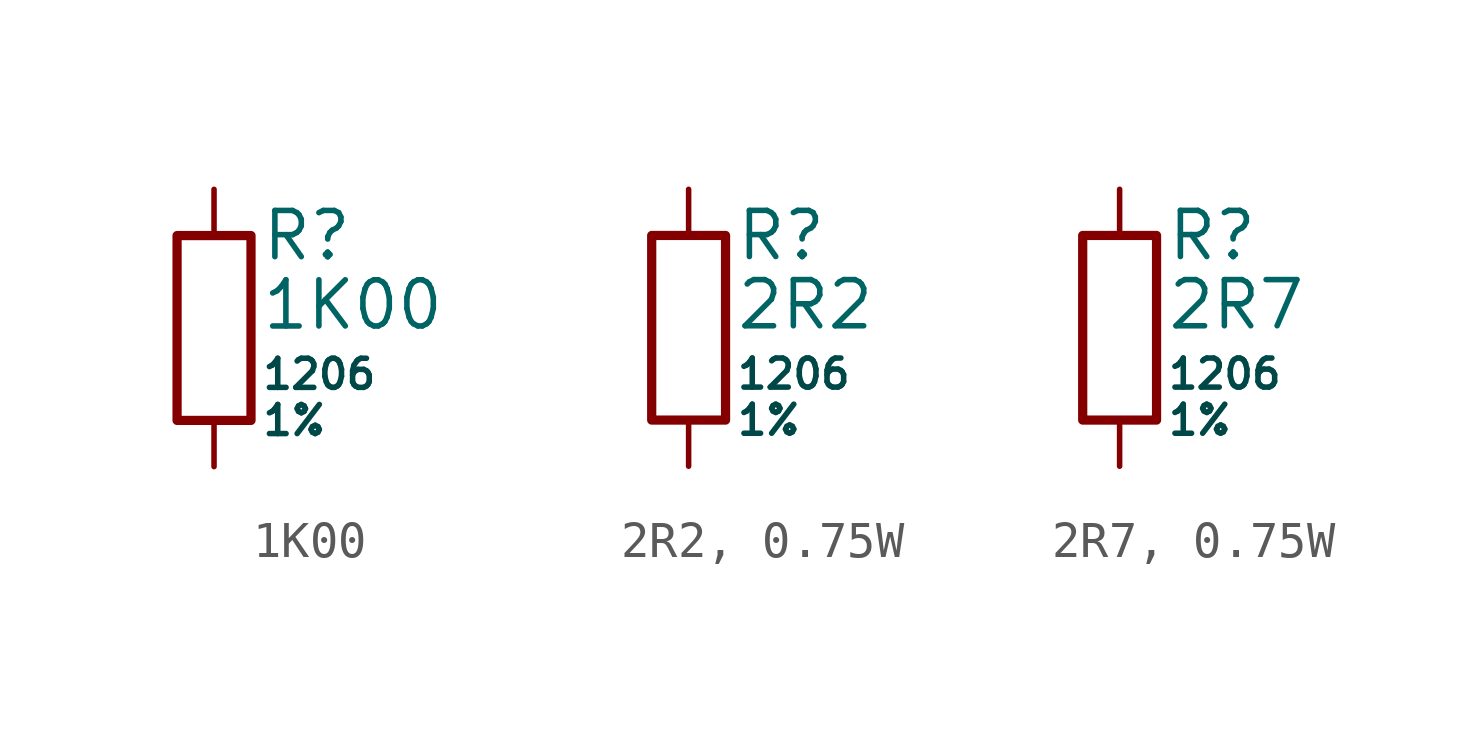
<source format=kicad_sym>
(kicad_symbol_lib
  (version 20220914)
  (generator kicad_symbol_editor)
  (symbol "1K00"
    (property "Reference" "R"
      (at 1.27 2.54 0)
      (effects (font (size 1.27 1.27)) (justify left)))
    (property "Value" "1K00"
      (at 1.27 0.635 0)
      (effects (font (size 1.27 1.27)) (justify left)))
    (property "Package Size" "1206"
      (at 1.27 -1.27 0)
      (effects (font (size 0.8 0.8) (color 0 72 72 1)) (justify left)))
    (property "Tolerance" "1%"
      (at 1.27 -2.54 0)
      (effects (font (size 0.8 0.8) (color 0 72 72 1)) (justify left)))
    (symbol "1K00_0_1"
      (rectangle (start -1.016 2.54) (end 1.016 -2.54) (stroke (width 0.254) (type default)) (fill (type none))))
    (symbol "1K00_1_1"
      (pin passive line (at 0 3.81 270) (length 1.27) (name "~" (effects (font (size 1.27 1.27)))) (number "1" (effects (font (size 0 0)))))
      (pin passive line (at 0 -3.81 90) (length 1.27) (name "~" (effects (font (size 1.27 1.27)))) (number "2" (effects (font (size 0 0)))))))
  (symbol "2R2, 0.75W"
    (property "Reference" "R"
      (at 1.27 2.54 0)
      (effects (font (size 1.27 1.27)) (justify left)))
    (property "Value" "2R2"
      (at 1.27 0.635 0)
      (effects (font (size 1.27 1.27)) (justify left)))
    (property "Package Size" "1206"
      (at 1.27 -1.27 0)
      (effects (font (size 0.8 0.8) (color 0 72 72 1)) (justify left)))
    (property "Tolerance" "1%"
      (at 1.27 -2.54 0)
      (effects (font (size 0.8 0.8) (color 0 72 72 1)) (justify left)))
    (symbol "2R2, 0.75W_0_1"
      (rectangle (start -1.016 2.54) (end 1.016 -2.54) (stroke (width 0.254) (type default)) (fill (type none))))
    (symbol "2R2, 0.75W_1_1"
      (pin passive line (at 0 3.81 270) (length 1.27) (name "~" (effects (font (size 1.27 1.27)))) (number "1" (effects (font (size 0 0)))))
      (pin passive line (at 0 -3.81 90) (length 1.27) (name "~" (effects (font (size 1.27 1.27)))) (number "2" (effects (font (size 0 0)))))))
  (symbol "2R7, 0.75W"
    (property "Reference" "R"
      (at 1.27 2.54 0)
      (effects (font (size 1.27 1.27)) (justify left)))
    (property "Value" "2R7"
      (at 1.27 0.635 0)
      (effects (font (size 1.27 1.27)) (justify left)))
    (property "Package Size" "1206"
      (at 1.27 -1.27 0)
      (effects (font (size 0.8 0.8) (color 0 72 72 1)) (justify left)))
    (property "Tolerance" "1%"
      (at 1.27 -2.54 0)
      (effects (font (size 0.8 0.8) (color 0 72 72 1)) (justify left)))
    (symbol "2R7, 0.75W_0_1"
      (rectangle (start -1.016 2.54) (end 1.016 -2.54) (stroke (width 0.254) (type default)) (fill (type none))))
    (symbol "2R7, 0.75W_1_1"
      (pin passive line (at 0 3.81 270) (length 1.27) (name "~" (effects (font (size 1.27 1.27)))) (number "1" (effects (font (size 0 0)))))
      (pin passive line (at 0 -3.81 90) (length 1.27) (name "~" (effects (font (size 1.27 1.27)))) (number "2" (effects (font (size 0 0))))))))
</source>
